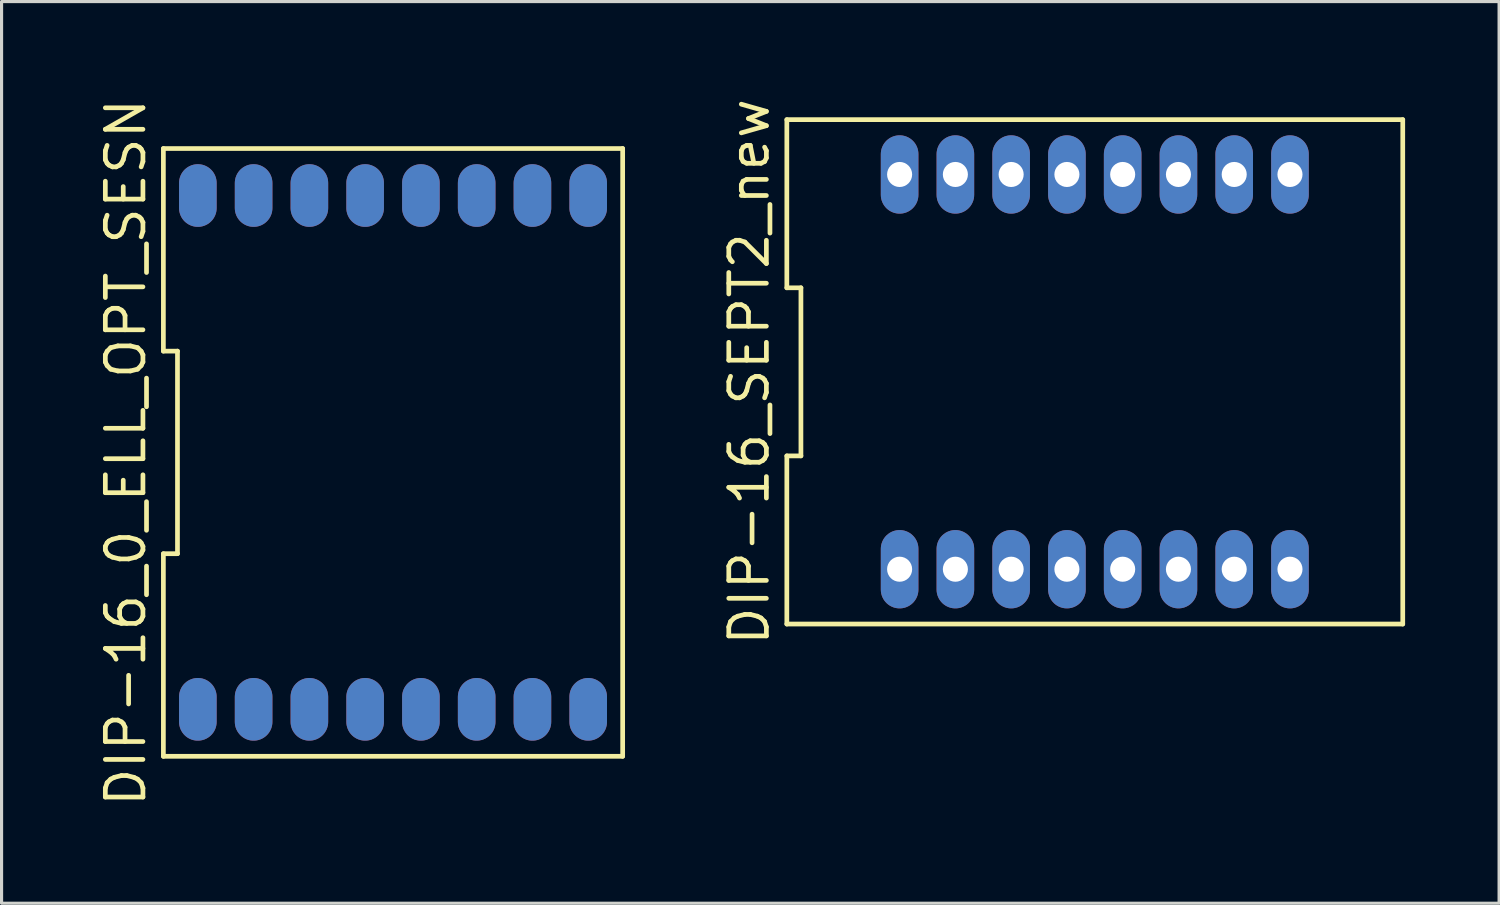
<source format=kicad_pcb>
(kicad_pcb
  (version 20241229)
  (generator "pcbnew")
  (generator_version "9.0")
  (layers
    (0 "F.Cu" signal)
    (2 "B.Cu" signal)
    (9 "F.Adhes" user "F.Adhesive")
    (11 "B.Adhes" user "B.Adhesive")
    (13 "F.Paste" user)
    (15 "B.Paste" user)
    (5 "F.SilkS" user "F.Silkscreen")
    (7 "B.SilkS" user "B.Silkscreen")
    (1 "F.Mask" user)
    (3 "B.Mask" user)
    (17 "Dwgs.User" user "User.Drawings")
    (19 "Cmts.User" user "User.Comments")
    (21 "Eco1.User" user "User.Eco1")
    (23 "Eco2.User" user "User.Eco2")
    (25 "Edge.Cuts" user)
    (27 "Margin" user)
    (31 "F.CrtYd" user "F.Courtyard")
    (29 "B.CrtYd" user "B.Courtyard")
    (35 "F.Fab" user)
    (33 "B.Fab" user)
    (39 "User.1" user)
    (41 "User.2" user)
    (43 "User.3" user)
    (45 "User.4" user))
  (footprint "DIP-16_0_ELL_OPT_SESN"
    (layer "F.Cu")
    (at 9.495 11.391)
    (property "Reference" "DIP-16_0_ELL_OPT_SESN" (at -8.53 0 90) (layer "F.SilkS") (effects (font (size 1.2 1.2) (thickness 0.15))))
    (attr through_hole)
    (fp_line (start -7.33 -3.233) (end -6.88 -3.233) (stroke (width 0.15) (type solid)) (layer "F.SilkS"))
    (fp_line (start -7.33 3.233) (end -7.33 9.7) (stroke (width 0.15) (type solid)) (layer "F.SilkS"))
    (fp_line (start -7.33 9.7) (end 7.33 9.7) (stroke (width 0.15) (type solid)) (layer "F.SilkS"))
    (fp_line (start -7.33 -9.7) (end -7.33 -3.233) (stroke (width 0.15) (type solid)) (layer "F.SilkS"))
    (fp_line (start -6.88 -3.233) (end -6.88 3.233) (stroke (width 0.15) (type solid)) (layer "F.SilkS"))
    (fp_line (start -6.88 3.233) (end -7.33 3.233) (stroke (width 0.15) (type solid)) (layer "F.SilkS"))
    (fp_line (start 7.33 9.7) (end 7.33 -9.7) (stroke (width 0.15) (type solid)) (layer "F.SilkS"))
    (fp_line (start 7.33 -9.7) (end -7.33 -9.7) (stroke (width 0.15) (type solid)) (layer "F.SilkS"))
    (pad "1" thru_hole oval (at -6.23 8.2) (size 1.2 2) (drill 0.000001) (layers "*.Cu" "*.Mask"))
    (pad "2" thru_hole oval (at -4.45 8.2) (size 1.2 2) (drill 0.000001) (layers "*.Cu" "*.Mask"))
    (pad "3" thru_hole oval (at -2.67 8.2) (size 1.2 2) (drill 0.000001) (layers "*.Cu" "*.Mask"))
    (pad "4" thru_hole oval (at -0.89 8.2) (size 1.2 2) (drill 0.000001) (layers "*.Cu" "*.Mask"))
    (pad "5" thru_hole oval (at 0.89 8.2) (size 1.2 2) (drill 0.000001) (layers "*.Cu" "*.Mask"))
    (pad "6" thru_hole oval (at 2.67 8.2) (size 1.2 2) (drill 0.000001) (layers "*.Cu" "*.Mask"))
    (pad "7" thru_hole oval (at 4.45 8.2) (size 1.2 2) (drill 0.000001) (layers "*.Cu" "*.Mask"))
    (pad "8" thru_hole oval (at 6.23 8.2) (size 1.2 2) (drill 0.000001) (layers "*.Cu" "*.Mask"))
    (pad "9" thru_hole oval (at 6.23 -8.2) (size 1.2 2) (drill 0.000001) (layers "*.Cu" "*.Mask"))
    (pad "10" thru_hole oval (at 4.45 -8.2) (size 1.2 2) (drill 0.000001) (layers "*.Cu" "*.Mask"))
    (pad "11" thru_hole oval (at 2.67 -8.2) (size 1.2 2) (drill 0.000001) (layers "*.Cu" "*.Mask"))
    (pad "12" thru_hole oval (at 0.89 -8.2) (size 1.2 2) (drill 0.000001) (layers "*.Cu" "*.Mask"))
    (pad "13" thru_hole oval (at -0.89 -8.2) (size 1.2 2) (drill 0.000001) (layers "*.Cu" "*.Mask"))
    (pad "14" thru_hole oval (at -2.67 -8.2) (size 1.2 2) (drill 0.000001) (layers "*.Cu" "*.Mask"))
    (pad "15" thru_hole oval (at -4.45 -8.2) (size 1.2 2) (drill 0.000001) (layers "*.Cu" "*.Mask"))
    (pad "16" thru_hole oval (at -6.23 -8.2) (size 1.2 2) (drill 0.000001) (layers "*.Cu" "*.Mask")))
  (footprint "DIP-16_SEPT2_new"
    (layer "F.Cu")
    (at 31.895 8.819)
    (property "Reference" "DIP-16_SEPT2_new" (at -11.03 0 90) (layer "F.SilkS") (effects (font (size 1.2 1.2) (thickness 0.15))))
    (attr through_hole)
    (fp_line (start -9.83 -8.05) (end -9.83 -2.683) (stroke (width 0.15) (type solid)) (layer "F.SilkS"))
    (fp_line (start -9.83 -2.683) (end -9.38 -2.683) (stroke (width 0.15) (type solid)) (layer "F.SilkS"))
    (fp_line (start -9.83 2.683) (end -9.83 8.05) (stroke (width 0.15) (type solid)) (layer "F.SilkS"))
    (fp_line (start -9.83 8.05) (end 9.83 8.05) (stroke (width 0.15) (type solid)) (layer "F.SilkS"))
    (fp_line (start -9.38 -2.683) (end -9.38 2.683) (stroke (width 0.15) (type solid)) (layer "F.SilkS"))
    (fp_line (start -9.38 2.683) (end -9.83 2.683) (stroke (width 0.15) (type solid)) (layer "F.SilkS"))
    (fp_line (start 9.83 -8.05) (end -9.83 -8.05) (stroke (width 0.15) (type solid)) (layer "F.SilkS"))
    (fp_line (start 9.83 8.05) (end 9.83 -8.05) (stroke (width 0.15) (type solid)) (layer "F.SilkS"))
    (pad "1" thru_hole oval (at -6.23 6.3) (size 1.2 2.5) (drill 0.8) (layers "*.Cu" "*.Mask"))
    (pad "2" thru_hole oval (at -4.45 6.3) (size 1.2 2.5) (drill 0.8) (layers "*.Cu" "*.Mask"))
    (pad "3" thru_hole oval (at -2.67 6.3) (size 1.2 2.5) (drill 0.8) (layers "*.Cu" "*.Mask"))
    (pad "4" thru_hole oval (at -0.89 6.3) (size 1.2 2.5) (drill 0.8) (layers "*.Cu" "*.Mask"))
    (pad "5" thru_hole oval (at 0.89 6.3) (size 1.2 2.5) (drill 0.8) (layers "*.Cu" "*.Mask"))
    (pad "6" thru_hole oval (at 2.67 6.3) (size 1.2 2.5) (drill 0.8) (layers "*.Cu" "*.Mask"))
    (pad "7" thru_hole oval (at 4.45 6.3) (size 1.2 2.5) (drill 0.8) (layers "*.Cu" "*.Mask"))
    (pad "8" thru_hole oval (at 6.23 6.3) (size 1.2 2.5) (drill 0.8) (layers "*.Cu" "*.Mask"))
    (pad "9" thru_hole oval (at 6.23 -6.3) (size 1.2 2.5) (drill 0.8) (layers "*.Cu" "*.Mask"))
    (pad "10" thru_hole oval (at 4.45 -6.3) (size 1.2 2.5) (drill 0.8) (layers "*.Cu" "*.Mask"))
    (pad "11" thru_hole oval (at 2.67 -6.3) (size 1.2 2.5) (drill 0.8) (layers "*.Cu" "*.Mask"))
    (pad "12" thru_hole oval (at 0.89 -6.3) (size 1.2 2.5) (drill 0.8) (layers "*.Cu" "*.Mask"))
    (pad "13" thru_hole oval (at -0.89 -6.3) (size 1.2 2.5) (drill 0.8) (layers "*.Cu" "*.Mask"))
    (pad "14" thru_hole oval (at -2.67 -6.3) (size 1.2 2.5) (drill 0.8) (layers "*.Cu" "*.Mask"))
    (pad "15" thru_hole oval (at -4.45 -6.3) (size 1.2 2.5) (drill 0.8) (layers "*.Cu" "*.Mask"))
    (pad "16" thru_hole oval (at -6.23 -6.3) (size 1.2 2.5) (drill 0.8) (layers "*.Cu" "*.Mask")))
  (gr_rect
    (start -3 -3)
    (end 44.8 25.781)
    (stroke (width 0.1) (type default))
    (fill no)
    (layer "Edge.Cuts")))
</source>
